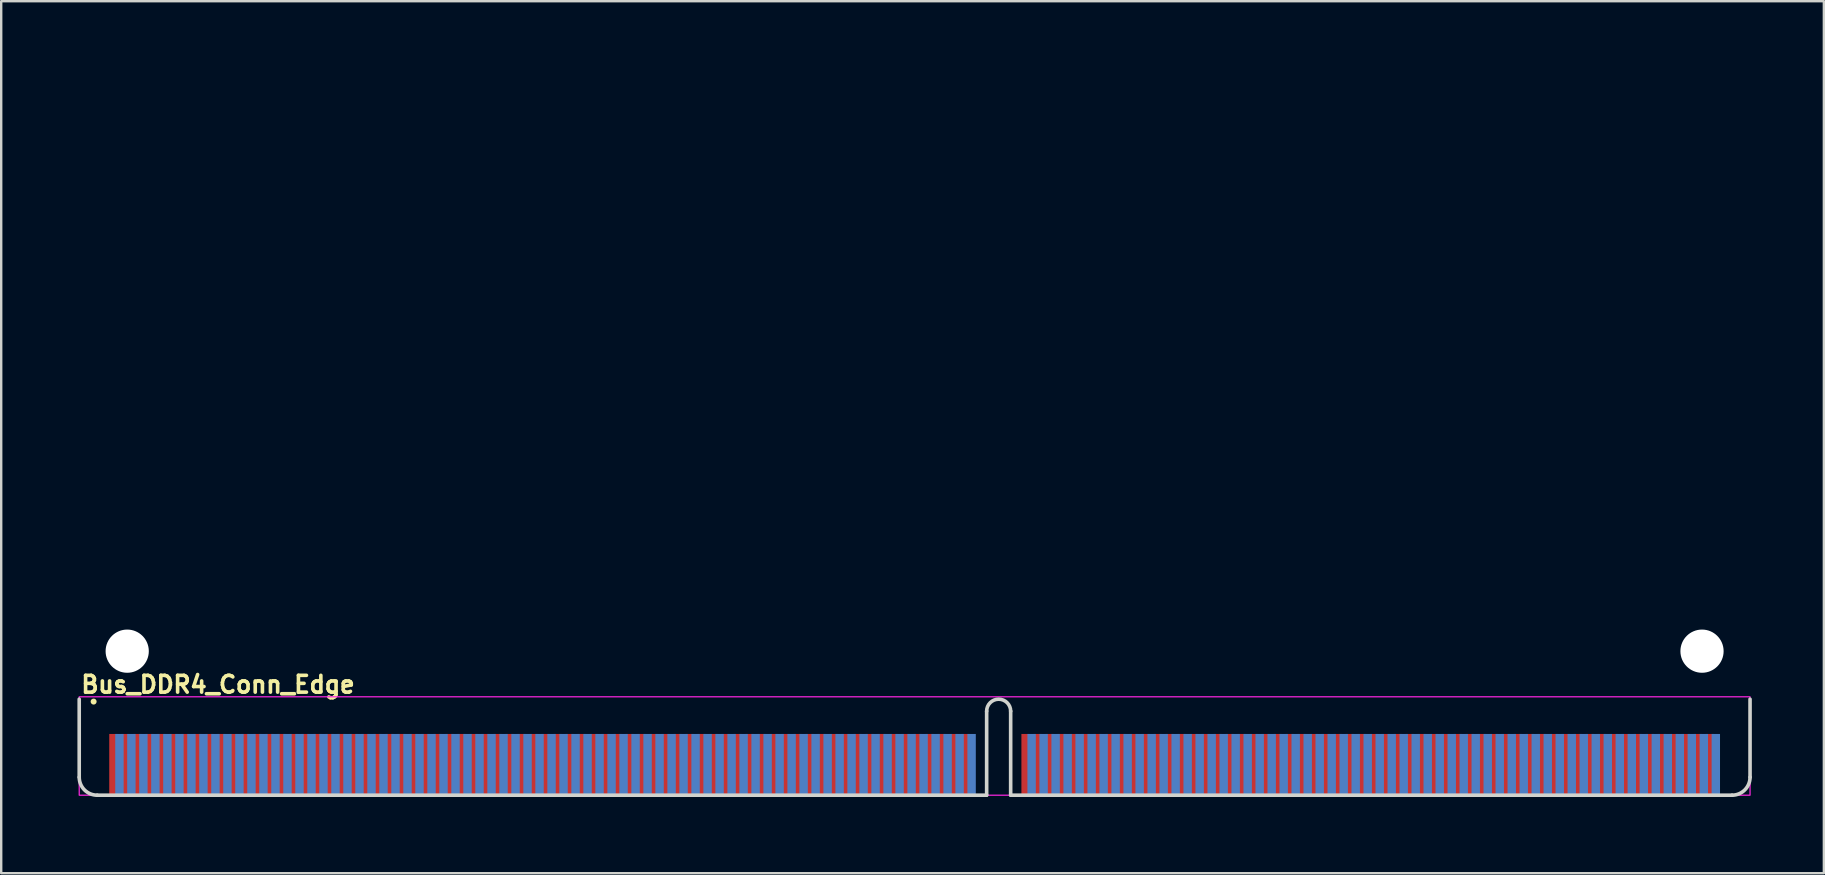
<source format=kicad_pcb>
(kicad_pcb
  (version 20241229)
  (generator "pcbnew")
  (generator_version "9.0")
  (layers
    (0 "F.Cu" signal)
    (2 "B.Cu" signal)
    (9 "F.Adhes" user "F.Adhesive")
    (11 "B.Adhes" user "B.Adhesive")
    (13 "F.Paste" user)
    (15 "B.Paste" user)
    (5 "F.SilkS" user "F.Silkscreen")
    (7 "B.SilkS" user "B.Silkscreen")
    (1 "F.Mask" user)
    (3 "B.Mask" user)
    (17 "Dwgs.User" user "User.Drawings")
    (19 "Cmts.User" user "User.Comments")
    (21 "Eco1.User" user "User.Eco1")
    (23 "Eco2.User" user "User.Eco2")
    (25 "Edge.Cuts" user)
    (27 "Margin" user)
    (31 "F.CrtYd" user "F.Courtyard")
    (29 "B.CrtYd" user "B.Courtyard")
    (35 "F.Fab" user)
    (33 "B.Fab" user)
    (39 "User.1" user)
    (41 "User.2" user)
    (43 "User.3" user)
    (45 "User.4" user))
  (footprint "Bus_DDR4_Conn_Edge"
    (layer "F.Cu")
    (at 0.25 30.075)
    (property "Reference" "Bus_DDR4_Conn_Edge" (at 0 -4.2 0) (layer "F.SilkS") (effects (font (size 0.7 0.7) (thickness 0.15)) (justify left bottom)))
    (attr exclude_from_pos_files exclude_from_bom)
    (fp_circle (center 0.6 -3.9) (end 0.65 -3.9) (stroke (width 0.15) (type solid)) (fill yes) (layer "F.SilkS"))
    (fp_line (start 0 -0.75) (end 0 -4) (stroke (width 0.15) (type solid)) (layer "Edge.Cuts"))
    (fp_line (start 0.75 0) (end 37.8 0) (stroke (width 0.15) (type solid)) (layer "Edge.Cuts"))
    (fp_line (start 37.8 0) (end 37.8 -3.5) (stroke (width 0.15) (type solid)) (layer "Edge.Cuts"))
    (fp_line (start 38.8 0) (end 38.8 -3.5) (stroke (width 0.15) (type solid)) (layer "Edge.Cuts"))
    (fp_line (start 38.8 0) (end 68.85 0) (stroke (width 0.15) (type solid)) (layer "Edge.Cuts"))
    (fp_line (start 69.6 -0.75) (end 69.6 -4) (stroke (width 0.15) (type solid)) (layer "Edge.Cuts"))
    (fp_arc (start 0.75 0) (mid 0.21967 -0.21967) (end 0 -0.75) (stroke (width 0.15) (type solid)) (layer "Edge.Cuts"))
    (fp_arc (start 37.8 -3.5) (mid 38.3 -4) (end 38.8 -3.5) (stroke (width 0.15) (type solid)) (layer "Edge.Cuts"))
    (fp_arc (start 69.6 -0.75) (mid 69.38033 -0.21967) (end 68.85 0) (stroke (width 0.15) (type solid)) (layer "Edge.Cuts"))
    (fp_rect (start 0 -4.1) (end 69.6 0) (stroke (width 0.05) (type solid)) (fill no) (layer "F.CrtYd"))
    (fp_rect (start 0 -30) (end 69.599 0) (stroke (width 0.15) (type solid)) (fill no) (layer "User.5"))
    (fp_line (start 0 -22) (end 0 -29.25) (stroke (width 0.15) (type solid)) (layer "User.9"))
    (fp_line (start 0 -18) (end 1.1 -18) (stroke (width 0.15) (type solid)) (layer "User.9"))
    (fp_line (start 0 -0.75) (end 0 -18) (stroke (width 0.15) (type solid)) (layer "User.9"))
    (fp_line (start 0.749 -30) (end 35.299 -30) (stroke (width 0.15) (type solid)) (layer "User.9"))
    (fp_line (start 0.749 0) (end 37.799 0) (stroke (width 0.15) (type solid)) (layer "User.9"))
    (fp_line (start 1.1 -22) (end 0 -22) (stroke (width 0.15) (type solid)) (layer "User.9"))
    (fp_line (start 1.749 -18.65) (end 1.749 -21.351) (stroke (width 0.15) (type solid)) (layer "User.9"))
    (fp_line (start 35.299 -25) (end 35.299 -30) (stroke (width 0.15) (type solid)) (layer "User.9"))
    (fp_line (start 37.799 0) (end 37.799 -3.5) (stroke (width 0.15) (type solid)) (layer "User.9"))
    (fp_line (start 38.799 0) (end 38.799 -3.5) (stroke (width 0.15) (type solid)) (layer "User.9"))
    (fp_line (start 38.799 0) (end 68.849 0) (stroke (width 0.15) (type solid)) (layer "User.9"))
    (fp_line (start 41.299 -30) (end 68.851 -30) (stroke (width 0.15) (type solid)) (layer "User.9"))
    (fp_line (start 41.299 -25) (end 41.299 -30) (stroke (width 0.15) (type solid)) (layer "User.9"))
    (fp_line (start 67.849 -18.65) (end 67.849 -21.351) (stroke (width 0.15) (type solid)) (layer "User.9"))
    (fp_line (start 68.499 -18) (end 69.599 -18) (stroke (width 0.15) (type solid)) (layer "User.9"))
    (fp_line (start 69.599 -22) (end 68.499 -22) (stroke (width 0.15) (type solid)) (layer "User.9"))
    (fp_line (start 69.599 -22) (end 69.6 -29.25) (stroke (width 0.15) (type solid)) (layer "User.9"))
    (fp_line (start 69.599 -0.75) (end 69.599 -18) (stroke (width 0.15) (type solid)) (layer "User.9"))
    (fp_arc (start 0 -29.25) (mid 0.219 -29.781) (end 0.749 -30) (stroke (width 0.15) (type solid)) (layer "User.9"))
    (fp_arc (start 0.749 0) (mid 0.219 -0.22) (end 0 -0.75) (stroke (width 0.15) (type solid)) (layer "User.9"))
    (fp_arc (start 1.1 -22) (mid 1.559 -21.81) (end 1.749 -21.351) (stroke (width 0.15) (type solid)) (layer "User.9"))
    (fp_arc (start 1.749 -18.65) (mid 1.559 -18.191) (end 1.1 -18) (stroke (width 0.15) (type solid)) (layer "User.9"))
    (fp_arc (start 37.799 -3.5) (mid 38.299 -4) (end 38.799 -3.5) (stroke (width 0.15) (type solid)) (layer "User.9"))
    (fp_arc (start 41.299 -25) (mid 38.299 -22) (end 35.299 -25) (stroke (width 0.15) (type solid)) (layer "User.9"))
    (fp_arc (start 67.849 -21.351) (mid 68.04 -21.81) (end 68.499 -22) (stroke (width 0.15) (type solid)) (layer "User.9"))
    (fp_arc (start 68.499 -18) (mid 68.04 -18.191) (end 67.849 -18.65) (stroke (width 0.15) (type solid)) (layer "User.9"))
    (fp_arc (start 68.851 -30) (mid 69.38 -29.78) (end 69.6 -29.25) (stroke (width 0.15) (type solid)) (layer "User.9"))
    (fp_arc (start 69.599 -0.75) (mid 69.38 -0.22) (end 68.849 0) (stroke (width 0.15) (type solid)) (layer "User.9"))
    (pad "" np_thru_hole circle (at 1.999 -6) (size 1.8 1.8) (drill 1.8) (layers "*.Cu" "*.Mask"))
    (pad "" np_thru_hole circle (at 67.599 -6) (size 1.8 1.8) (drill 1.8) (layers "*.Cu" "*.Mask"))
    (pad "1" smd rect (at 1.425 -1.301) (size 0.35 2.5) (layers "F.Cu" "F.Mask"))
    (pad "2" smd rect (at 1.675 -1.301) (size 0.35 2.5) (layers "B.Cu" "B.Mask"))
    (pad "3" smd rect (at 1.925 -1.301) (size 0.35 2.5) (layers "F.Cu" "F.Mask"))
    (pad "4" smd rect (at 2.173 -1.301) (size 0.35 2.5) (layers "B.Cu" "B.Mask"))
    (pad "5" smd rect (at 2.423 -1.301) (size 0.35 2.5) (layers "F.Cu" "F.Mask"))
    (pad "6" smd rect (at 2.673 -1.301) (size 0.35 2.5) (layers "B.Cu" "B.Mask"))
    (pad "7" smd rect (at 2.923 -1.301) (size 0.35 2.5) (layers "F.Cu" "F.Mask"))
    (pad "8" smd rect (at 3.173 -1.301) (size 0.35 2.5) (layers "B.Cu" "B.Mask"))
    (pad "9" smd rect (at 3.423 -1.301) (size 0.35 2.5) (layers "F.Cu" "F.Mask"))
    (pad "10" smd rect (at 3.673 -1.301) (size 0.35 2.5) (layers "B.Cu" "B.Mask"))
    (pad "11" smd rect (at 3.923 -1.301) (size 0.35 2.5) (layers "F.Cu" "F.Mask"))
    (pad "12" smd rect (at 4.174 -1.301) (size 0.35 2.5) (layers "B.Cu" "B.Mask"))
    (pad "13" smd rect (at 4.424 -1.301) (size 0.35 2.5) (layers "F.Cu" "F.Mask"))
    (pad "14" smd rect (at 4.674 -1.301) (size 0.35 2.5) (layers "B.Cu" "B.Mask"))
    (pad "15" smd rect (at 4.924 -1.301) (size 0.35 2.5) (layers "F.Cu" "F.Mask"))
    (pad "16" smd rect (at 5.174 -1.301) (size 0.35 2.5) (layers "B.Cu" "B.Mask"))
    (pad "17" smd rect (at 5.424 -1.301) (size 0.35 2.5) (layers "F.Cu" "F.Mask"))
    (pad "18" smd rect (at 5.674 -1.301) (size 0.35 2.5) (layers "B.Cu" "B.Mask"))
    (pad "19" smd rect (at 5.924 -1.301) (size 0.35 2.5) (layers "F.Cu" "F.Mask"))
    (pad "20" smd rect (at 6.174 -1.301) (size 0.35 2.5) (layers "B.Cu" "B.Mask"))
    (pad "21" smd rect (at 6.424 -1.301) (size 0.35 2.5) (layers "F.Cu" "F.Mask"))
    (pad "22" smd rect (at 6.674 -1.301) (size 0.35 2.5) (layers "B.Cu" "B.Mask"))
    (pad "23" smd rect (at 6.924 -1.301) (size 0.35 2.5) (layers "F.Cu" "F.Mask"))
    (pad "24" smd rect (at 7.174 -1.301) (size 0.35 2.5) (layers "B.Cu" "B.Mask"))
    (pad "25" smd rect (at 7.424 -1.301) (size 0.35 2.5) (layers "F.Cu" "F.Mask"))
    (pad "26" smd rect (at 7.674 -1.301) (size 0.35 2.5) (layers "B.Cu" "B.Mask"))
    (pad "27" smd rect (at 7.924 -1.301) (size 0.35 2.5) (layers "F.Cu" "F.Mask"))
    (pad "28" smd rect (at 8.175 -1.301) (size 0.35 2.5) (layers "B.Cu" "B.Mask"))
    (pad "29" smd rect (at 8.425 -1.301) (size 0.35 2.5) (layers "F.Cu" "F.Mask"))
    (pad "30" smd rect (at 8.675 -1.301) (size 0.35 2.5) (layers "B.Cu" "B.Mask"))
    (pad "31" smd rect (at 8.925 -1.301) (size 0.35 2.5) (layers "F.Cu" "F.Mask"))
    (pad "32" smd rect (at 9.175 -1.301) (size 0.35 2.5) (layers "B.Cu" "B.Mask"))
    (pad "33" smd rect (at 9.425 -1.301) (size 0.35 2.5) (layers "F.Cu" "F.Mask"))
    (pad "34" smd rect (at 9.675 -1.301) (size 0.35 2.5) (layers "B.Cu" "B.Mask"))
    (pad "35" smd rect (at 9.925 -1.301) (size 0.35 2.5) (layers "F.Cu" "F.Mask"))
    (pad "36" smd rect (at 10.175 -1.301) (size 0.35 2.5) (layers "B.Cu" "B.Mask"))
    (pad "37" smd rect (at 10.425 -1.301) (size 0.35 2.5) (layers "F.Cu" "F.Mask"))
    (pad "38" smd rect (at 10.675 -1.301) (size 0.35 2.5) (layers "B.Cu" "B.Mask"))
    (pad "39" smd rect (at 10.925 -1.301) (size 0.35 2.5) (layers "F.Cu" "F.Mask"))
    (pad "40" smd rect (at 11.175 -1.301) (size 0.35 2.5) (layers "B.Cu" "B.Mask"))
    (pad "41" smd rect (at 11.425 -1.301) (size 0.35 2.5) (layers "F.Cu" "F.Mask"))
    (pad "42" smd rect (at 11.675 -1.301) (size 0.35 2.5) (layers "B.Cu" "B.Mask"))
    (pad "43" smd rect (at 11.925 -1.301) (size 0.35 2.5) (layers "F.Cu" "F.Mask"))
    (pad "44" smd rect (at 12.175 -1.301) (size 0.35 2.5) (layers "B.Cu" "B.Mask"))
    (pad "45" smd rect (at 12.425 -1.301) (size 0.35 2.5) (layers "F.Cu" "F.Mask"))
    (pad "46" smd rect (at 12.675 -1.301) (size 0.35 2.5) (layers "B.Cu" "B.Mask"))
    (pad "47" smd rect (at 12.925 -1.301) (size 0.35 2.5) (layers "F.Cu" "F.Mask"))
    (pad "48" smd rect (at 13.175 -1.301) (size 0.35 2.5) (layers "B.Cu" "B.Mask"))
    (pad "49" smd rect (at 13.425 -1.301) (size 0.35 2.5) (layers "F.Cu" "F.Mask"))
    (pad "50" smd rect (at 13.675 -1.301) (size 0.35 2.5) (layers "B.Cu" "B.Mask"))
    (pad "51" smd rect (at 13.925 -1.301) (size 0.35 2.5) (layers "F.Cu" "F.Mask"))
    (pad "52" smd rect (at 14.175 -1.301) (size 0.35 2.5) (layers "B.Cu" "B.Mask"))
    (pad "53" smd rect (at 14.425 -1.301) (size 0.35 2.5) (layers "F.Cu" "F.Mask"))
    (pad "54" smd rect (at 14.675 -1.301) (size 0.35 2.5) (layers "B.Cu" "B.Mask"))
    (pad "55" smd rect (at 14.925 -1.301) (size 0.35 2.5) (layers "F.Cu" "F.Mask"))
    (pad "56" smd rect (at 15.175 -1.301) (size 0.35 2.5) (layers "B.Cu" "B.Mask"))
    (pad "57" smd rect (at 15.425 -1.301) (size 0.35 2.5) (layers "F.Cu" "F.Mask"))
    (pad "58" smd rect (at 15.675 -1.301) (size 0.35 2.5) (layers "B.Cu" "B.Mask"))
    (pad "59" smd rect (at 15.925 -1.301) (size 0.35 2.5) (layers "F.Cu" "F.Mask"))
    (pad "60" smd rect (at 16.175 -1.301) (size 0.35 2.5) (layers "B.Cu" "B.Mask"))
    (pad "61" smd rect (at 16.425 -1.301) (size 0.35 2.5) (layers "F.Cu" "F.Mask"))
    (pad "62" smd rect (at 16.675 -1.301) (size 0.35 2.5) (layers "B.Cu" "B.Mask"))
    (pad "63" smd rect (at 16.925 -1.301) (size 0.35 2.5) (layers "F.Cu" "F.Mask"))
    (pad "64" smd rect (at 17.175 -1.301) (size 0.35 2.5) (layers "B.Cu" "B.Mask"))
    (pad "65" smd rect (at 17.425 -1.301) (size 0.35 2.5) (layers "F.Cu" "F.Mask"))
    (pad "66" smd rect (at 17.675 -1.301) (size 0.35 2.5) (layers "B.Cu" "B.Mask"))
    (pad "67" smd rect (at 17.925 -1.301) (size 0.35 2.5) (layers "F.Cu" "F.Mask"))
    (pad "68" smd rect (at 18.175 -1.301) (size 0.35 2.5) (layers "B.Cu" "B.Mask"))
    (pad "69" smd rect (at 18.425 -1.301) (size 0.35 2.5) (layers "F.Cu" "F.Mask"))
    (pad "70" smd rect (at 18.675 -1.301) (size 0.35 2.5) (layers "B.Cu" "B.Mask"))
    (pad "71" smd rect (at 18.925 -1.301) (size 0.35 2.5) (layers "F.Cu" "F.Mask"))
    (pad "72" smd rect (at 19.175 -1.301) (size 0.35 2.5) (layers "B.Cu" "B.Mask"))
    (pad "73" smd rect (at 19.425 -1.301) (size 0.35 2.5) (layers "F.Cu" "F.Mask"))
    (pad "74" smd rect (at 19.675 -1.301) (size 0.35 2.5) (layers "B.Cu" "B.Mask"))
    (pad "75" smd rect (at 19.925 -1.301) (size 0.35 2.5) (layers "F.Cu" "F.Mask"))
    (pad "76" smd rect (at 20.175 -1.301) (size 0.35 2.5) (layers "B.Cu" "B.Mask"))
    (pad "77" smd rect (at 20.425 -1.301) (size 0.35 2.5) (layers "F.Cu" "F.Mask"))
    (pad "78" smd rect (at 20.675 -1.301) (size 0.35 2.5) (layers "B.Cu" "B.Mask"))
    (pad "79" smd rect (at 20.925 -1.301) (size 0.35 2.5) (layers "F.Cu" "F.Mask"))
    (pad "80" smd rect (at 21.175 -1.301) (size 0.35 2.5) (layers "B.Cu" "B.Mask"))
    (pad "81" smd rect (at 21.425 -1.301) (size 0.35 2.5) (layers "F.Cu" "F.Mask"))
    (pad "82" smd rect (at 21.675 -1.301) (size 0.35 2.5) (layers "B.Cu" "B.Mask"))
    (pad "83" smd rect (at 21.925 -1.301) (size 0.35 2.5) (layers "F.Cu" "F.Mask"))
    (pad "84" smd rect (at 22.175 -1.301) (size 0.35 2.5) (layers "B.Cu" "B.Mask"))
    (pad "85" smd rect (at 22.425 -1.301) (size 0.35 2.5) (layers "F.Cu" "F.Mask"))
    (pad "86" smd rect (at 22.675 -1.301) (size 0.35 2.5) (layers "B.Cu" "B.Mask"))
    (pad "87" smd rect (at 22.925 -1.301) (size 0.35 2.5) (layers "F.Cu" "F.Mask"))
    (pad "88" smd rect (at 23.175 -1.301) (size 0.35 2.5) (layers "B.Cu" "B.Mask"))
    (pad "89" smd rect (at 23.425 -1.301) (size 0.35 2.5) (layers "F.Cu" "F.Mask"))
    (pad "90" smd rect (at 23.675 -1.301) (size 0.35 2.5) (layers "B.Cu" "B.Mask"))
    (pad "91" smd rect (at 23.925 -1.301) (size 0.35 2.5) (layers "F.Cu" "F.Mask"))
    (pad "92" smd rect (at 24.175 -1.301) (size 0.35 2.5) (layers "B.Cu" "B.Mask"))
    (pad "93" smd rect (at 24.425 -1.301) (size 0.35 2.5) (layers "F.Cu" "F.Mask"))
    (pad "94" smd rect (at 24.675 -1.301) (size 0.35 2.5) (layers "B.Cu" "B.Mask"))
    (pad "95" smd rect (at 24.925 -1.301) (size 0.35 2.5) (layers "F.Cu" "F.Mask"))
    (pad "96" smd rect (at 25.175 -1.301) (size 0.35 2.5) (layers "B.Cu" "B.Mask"))
    (pad "97" smd rect (at 25.425 -1.301) (size 0.35 2.5) (layers "F.Cu" "F.Mask"))
    (pad "98" smd rect (at 25.675 -1.301) (size 0.35 2.5) (layers "B.Cu" "B.Mask"))
    (pad "99" smd rect (at 25.925 -1.301) (size 0.35 2.5) (layers "F.Cu" "F.Mask"))
    (pad "100" smd rect (at 26.175 -1.301) (size 0.35 2.5) (layers "B.Cu" "B.Mask"))
    (pad "101" smd rect (at 26.425 -1.301) (size 0.35 2.5) (layers "F.Cu" "F.Mask"))
    (pad "102" smd rect (at 26.675 -1.301) (size 0.35 2.5) (layers "B.Cu" "B.Mask"))
    (pad "103" smd rect (at 26.925 -1.301) (size 0.35 2.5) (layers "F.Cu" "F.Mask"))
    (pad "104" smd rect (at 27.175 -1.301) (size 0.35 2.5) (layers "B.Cu" "B.Mask"))
    (pad "105" smd rect (at 27.425 -1.301) (size 0.35 2.5) (layers "F.Cu" "F.Mask"))
    (pad "106" smd rect (at 27.675 -1.301) (size 0.35 2.5) (layers "B.Cu" "B.Mask"))
    (pad "107" smd rect (at 27.925 -1.301) (size 0.35 2.5) (layers "F.Cu" "F.Mask"))
    (pad "108" smd rect (at 28.175 -1.301) (size 0.35 2.5) (layers "B.Cu" "B.Mask"))
    (pad "109" smd rect (at 28.425 -1.301) (size 0.35 2.5) (layers "F.Cu" "F.Mask"))
    (pad "110" smd rect (at 28.675 -1.301) (size 0.35 2.5) (layers "B.Cu" "B.Mask"))
    (pad "111" smd rect (at 28.925 -1.301) (size 0.35 2.5) (layers "F.Cu" "F.Mask"))
    (pad "112" smd rect (at 29.175 -1.301) (size 0.35 2.5) (layers "B.Cu" "B.Mask"))
    (pad "113" smd rect (at 29.425 -1.301) (size 0.35 2.5) (layers "F.Cu" "F.Mask"))
    (pad "114" smd rect (at 29.675 -1.301) (size 0.35 2.5) (layers "B.Cu" "B.Mask"))
    (pad "115" smd rect (at 29.925 -1.301) (size 0.35 2.5) (layers "F.Cu" "F.Mask"))
    (pad "116" smd rect (at 30.175 -1.301) (size 0.35 2.5) (layers "B.Cu" "B.Mask"))
    (pad "117" smd rect (at 30.425 -1.301) (size 0.35 2.5) (layers "F.Cu" "F.Mask"))
    (pad "118" smd rect (at 30.675 -1.301) (size 0.35 2.5) (layers "B.Cu" "B.Mask"))
    (pad "119" smd rect (at 30.925 -1.301) (size 0.35 2.5) (layers "F.Cu" "F.Mask"))
    (pad "120" smd rect (at 31.175 -1.301) (size 0.35 2.5) (layers "B.Cu" "B.Mask"))
    (pad "121" smd rect (at 31.425 -1.301) (size 0.35 2.5) (layers "F.Cu" "F.Mask"))
    (pad "122" smd rect (at 31.675 -1.301) (size 0.35 2.5) (layers "B.Cu" "B.Mask"))
    (pad "123" smd rect (at 31.925 -1.301) (size 0.35 2.5) (layers "F.Cu" "F.Mask"))
    (pad "124" smd rect (at 32.173 -1.301) (size 0.35 2.5) (layers "B.Cu" "B.Mask"))
    (pad "125" smd rect (at 32.423 -1.301) (size 0.35 2.5) (layers "F.Cu" "F.Mask"))
    (pad "126" smd rect (at 32.673 -1.301) (size 0.35 2.5) (layers "B.Cu" "B.Mask"))
    (pad "127" smd rect (at 32.923 -1.301) (size 0.35 2.5) (layers "F.Cu" "F.Mask"))
    (pad "128" smd rect (at 33.173 -1.301) (size 0.35 2.5) (layers "B.Cu" "B.Mask"))
    (pad "129" smd rect (at 33.423 -1.301) (size 0.35 2.5) (layers "F.Cu" "F.Mask"))
    (pad "130" smd rect (at 33.673 -1.301) (size 0.35 2.5) (layers "B.Cu" "B.Mask"))
    (pad "131" smd rect (at 33.923 -1.301) (size 0.35 2.5) (layers "F.Cu" "F.Mask"))
    (pad "132" smd rect (at 34.173 -1.301) (size 0.35 2.5) (layers "B.Cu" "B.Mask"))
    (pad "133" smd rect (at 34.423 -1.301) (size 0.35 2.5) (layers "F.Cu" "F.Mask"))
    (pad "134" smd rect (at 34.673 -1.301) (size 0.35 2.5) (layers "B.Cu" "B.Mask"))
    (pad "135" smd rect (at 34.923 -1.301) (size 0.35 2.5) (layers "F.Cu" "F.Mask"))
    (pad "136" smd rect (at 35.173 -1.301) (size 0.35 2.5) (layers "B.Cu" "B.Mask"))
    (pad "137" smd rect (at 35.423 -1.301) (size 0.35 2.5) (layers "F.Cu" "F.Mask"))
    (pad "138" smd rect (at 35.673 -1.301) (size 0.35 2.5) (layers "B.Cu" "B.Mask"))
    (pad "139" smd rect (at 35.923 -1.301) (size 0.35 2.5) (layers "F.Cu" "F.Mask"))
    (pad "140" smd rect (at 36.173 -1.301) (size 0.35 2.5) (layers "B.Cu" "B.Mask"))
    (pad "141" smd rect (at 36.423 -1.301) (size 0.35 2.5) (layers "F.Cu" "F.Mask"))
    (pad "142" smd rect (at 36.673 -1.301) (size 0.35 2.5) (layers "B.Cu" "B.Mask"))
    (pad "143" smd rect (at 36.923 -1.301) (size 0.35 2.5) (layers "F.Cu" "F.Mask"))
    (pad "144" smd rect (at 37.173 -1.301) (size 0.35 2.5) (layers "B.Cu" "B.Mask"))
    (pad "145" smd rect (at 39.423 -1.301) (size 0.35 2.5) (layers "F.Cu" "F.Mask"))
    (pad "146" smd rect (at 39.673 -1.301) (size 0.35 2.5) (layers "B.Cu" "B.Mask"))
    (pad "147" smd rect (at 39.923 -1.301) (size 0.35 2.5) (layers "F.Cu" "F.Mask"))
    (pad "148" smd rect (at 40.173 -1.301) (size 0.35 2.5) (layers "B.Cu" "B.Mask"))
    (pad "149" smd rect (at 40.423 -1.301) (size 0.35 2.5) (layers "F.Cu" "F.Mask"))
    (pad "150" smd rect (at 40.673 -1.301) (size 0.35 2.5) (layers "B.Cu" "B.Mask"))
    (pad "151" smd rect (at 40.923 -1.301) (size 0.35 2.5) (layers "F.Cu" "F.Mask"))
    (pad "152" smd rect (at 41.173 -1.301) (size 0.35 2.5) (layers "B.Cu" "B.Mask"))
    (pad "153" smd rect (at 41.423 -1.301) (size 0.35 2.5) (layers "F.Cu" "F.Mask"))
    (pad "154" smd rect (at 41.673 -1.301) (size 0.35 2.5) (layers "B.Cu" "B.Mask"))
    (pad "155" smd rect (at 41.923 -1.301) (size 0.35 2.5) (layers "F.Cu" "F.Mask"))
    (pad "156" smd rect (at 42.173 -1.301) (size 0.35 2.5) (layers "B.Cu" "B.Mask"))
    (pad "157" smd rect (at 42.423 -1.301) (size 0.35 2.5) (layers "F.Cu" "F.Mask"))
    (pad "158" smd rect (at 42.673 -1.301) (size 0.35 2.5) (layers "B.Cu" "B.Mask"))
    (pad "159" smd rect (at 42.923 -1.301) (size 0.35 2.5) (layers "F.Cu" "F.Mask"))
    (pad "160" smd rect (at 43.173 -1.301) (size 0.35 2.5) (layers "B.Cu" "B.Mask"))
    (pad "161" smd rect (at 43.423 -1.301) (size 0.35 2.5) (layers "F.Cu" "F.Mask"))
    (pad "162" smd rect (at 43.673 -1.301) (size 0.35 2.5) (layers "B.Cu" "B.Mask"))
    (pad "163" smd rect (at 43.923 -1.301) (size 0.35 2.5) (layers "F.Cu" "F.Mask"))
    (pad "164" smd rect (at 44.173 -1.301) (size 0.35 2.5) (layers "B.Cu" "B.Mask"))
    (pad "165" smd rect (at 44.423 -1.301) (size 0.35 2.5) (layers "F.Cu" "F.Mask"))
    (pad "166" smd rect (at 44.673 -1.301) (size 0.35 2.5) (layers "B.Cu" "B.Mask"))
    (pad "167" smd rect (at 44.923 -1.301) (size 0.35 2.5) (layers "F.Cu" "F.Mask"))
    (pad "168" smd rect (at 45.173 -1.301) (size 0.35 2.5) (layers "B.Cu" "B.Mask"))
    (pad "169" smd rect (at 45.423 -1.301) (size 0.35 2.5) (layers "F.Cu" "F.Mask"))
    (pad "170" smd rect (at 45.673 -1.301) (size 0.35 2.5) (layers "B.Cu" "B.Mask"))
    (pad "171" smd rect (at 45.923 -1.301) (size 0.35 2.5) (layers "F.Cu" "F.Mask"))
    (pad "172" smd rect (at 46.173 -1.301) (size 0.35 2.5) (layers "B.Cu" "B.Mask"))
    (pad "173" smd rect (at 46.423 -1.301) (size 0.35 2.5) (layers "F.Cu" "F.Mask"))
    (pad "174" smd rect (at 46.673 -1.301) (size 0.35 2.5) (layers "B.Cu" "B.Mask"))
    (pad "175" smd rect (at 46.923 -1.301) (size 0.35 2.5) (layers "F.Cu" "F.Mask"))
    (pad "176" smd rect (at 47.173 -1.301) (size 0.35 2.5) (layers "B.Cu" "B.Mask"))
    (pad "177" smd rect (at 47.423 -1.301) (size 0.35 2.5) (layers "F.Cu" "F.Mask"))
    (pad "178" smd rect (at 47.673 -1.301) (size 0.35 2.5) (layers "B.Cu" "B.Mask"))
    (pad "179" smd rect (at 47.923 -1.301) (size 0.35 2.5) (layers "F.Cu" "F.Mask"))
    (pad "180" smd rect (at 48.173 -1.301) (size 0.35 2.5) (layers "B.Cu" "B.Mask"))
    (pad "181" smd rect (at 48.423 -1.301) (size 0.35 2.5) (layers "F.Cu" "F.Mask"))
    (pad "182" smd rect (at 48.673 -1.301) (size 0.35 2.5) (layers "B.Cu" "B.Mask"))
    (pad "183" smd rect (at 48.923 -1.301) (size 0.35 2.5) (layers "F.Cu" "F.Mask"))
    (pad "184" smd rect (at 49.173 -1.301) (size 0.35 2.5) (layers "B.Cu" "B.Mask"))
    (pad "185" smd rect (at 49.423 -1.301) (size 0.35 2.5) (layers "F.Cu" "F.Mask"))
    (pad "186" smd rect (at 49.673 -1.301) (size 0.35 2.5) (layers "B.Cu" "B.Mask"))
    (pad "187" smd rect (at 49.923 -1.301) (size 0.35 2.5) (layers "F.Cu" "F.Mask"))
    (pad "188" smd rect (at 50.173 -1.301) (size 0.35 2.5) (layers "B.Cu" "B.Mask"))
    (pad "189" smd rect (at 50.423 -1.301) (size 0.35 2.5) (layers "F.Cu" "F.Mask"))
    (pad "190" smd rect (at 50.673 -1.301) (size 0.35 2.5) (layers "B.Cu" "B.Mask"))
    (pad "191" smd rect (at 50.923 -1.301) (size 0.35 2.5) (layers "F.Cu" "F.Mask"))
    (pad "192" smd rect (at 51.173 -1.301) (size 0.35 2.5) (layers "B.Cu" "B.Mask"))
    (pad "193" smd rect (at 51.423 -1.301) (size 0.35 2.5) (layers "F.Cu" "F.Mask"))
    (pad "194" smd rect (at 51.673 -1.301) (size 0.35 2.5) (layers "B.Cu" "B.Mask"))
    (pad "195" smd rect (at 51.923 -1.301) (size 0.35 2.5) (layers "F.Cu" "F.Mask"))
    (pad "196" smd rect (at 52.173 -1.301) (size 0.35 2.5) (layers "B.Cu" "B.Mask"))
    (pad "197" smd rect (at 52.423 -1.301) (size 0.35 2.5) (layers "F.Cu" "F.Mask"))
    (pad "198" smd rect (at 52.673 -1.301) (size 0.35 2.5) (layers "B.Cu" "B.Mask"))
    (pad "199" smd rect (at 52.923 -1.301) (size 0.35 2.5) (layers "F.Cu" "F.Mask"))
    (pad "200" smd rect (at 53.173 -1.301) (size 0.35 2.5) (layers "B.Cu" "B.Mask"))
    (pad "201" smd rect (at 53.423 -1.301) (size 0.35 2.5) (layers "F.Cu" "F.Mask"))
    (pad "202" smd rect (at 53.673 -1.301) (size 0.35 2.5) (layers "B.Cu" "B.Mask"))
    (pad "203" smd rect (at 53.923 -1.301) (size 0.35 2.5) (layers "F.Cu" "F.Mask"))
    (pad "204" smd rect (at 54.173 -1.301) (size 0.35 2.5) (layers "B.Cu" "B.Mask"))
    (pad "205" smd rect (at 54.423 -1.301) (size 0.35 2.5) (layers "F.Cu" "F.Mask"))
    (pad "206" smd rect (at 54.673 -1.301) (size 0.35 2.5) (layers "B.Cu" "B.Mask"))
    (pad "207" smd rect (at 54.923 -1.301) (size 0.35 2.5) (layers "F.Cu" "F.Mask"))
    (pad "208" smd rect (at 55.173 -1.301) (size 0.35 2.5) (layers "B.Cu" "B.Mask"))
    (pad "209" smd rect (at 55.423 -1.301) (size 0.35 2.5) (layers "F.Cu" "F.Mask"))
    (pad "210" smd rect (at 55.673 -1.301) (size 0.35 2.5) (layers "B.Cu" "B.Mask"))
    (pad "211" smd rect (at 55.923 -1.301) (size 0.35 2.5) (layers "F.Cu" "F.Mask"))
    (pad "212" smd rect (at 56.173 -1.301) (size 0.35 2.5) (layers "B.Cu" "B.Mask"))
    (pad "213" smd rect (at 56.423 -1.301) (size 0.35 2.5) (layers "F.Cu" "F.Mask"))
    (pad "214" smd rect (at 56.673 -1.301) (size 0.35 2.5) (layers "B.Cu" "B.Mask"))
    (pad "215" smd rect (at 56.923 -1.301) (size 0.35 2.5) (layers "F.Cu" "F.Mask"))
    (pad "216" smd rect (at 57.173 -1.301) (size 0.35 2.5) (layers "B.Cu" "B.Mask"))
    (pad "217" smd rect (at 57.423 -1.301) (size 0.35 2.5) (layers "F.Cu" "F.Mask"))
    (pad "218" smd rect (at 57.673 -1.301) (size 0.35 2.5) (layers "B.Cu" "B.Mask"))
    (pad "219" smd rect (at 57.923 -1.301) (size 0.35 2.5) (layers "F.Cu" "F.Mask"))
    (pad "220" smd rect (at 58.173 -1.301) (size 0.35 2.5) (layers "B.Cu" "B.Mask"))
    (pad "221" smd rect (at 58.423 -1.301) (size 0.35 2.5) (layers "F.Cu" "F.Mask"))
    (pad "222" smd rect (at 58.673 -1.301) (size 0.35 2.5) (layers "B.Cu" "B.Mask"))
    (pad "223" smd rect (at 58.923 -1.301) (size 0.35 2.5) (layers "F.Cu" "F.Mask"))
    (pad "224" smd rect (at 59.173 -1.301) (size 0.35 2.5) (layers "B.Cu" "B.Mask"))
    (pad "225" smd rect (at 59.423 -1.301) (size 0.35 2.5) (layers "F.Cu" "F.Mask"))
    (pad "226" smd rect (at 59.673 -1.301) (size 0.35 2.5) (layers "B.Cu" "B.Mask"))
    (pad "227" smd rect (at 59.923 -1.301) (size 0.35 2.5) (layers "F.Cu" "F.Mask"))
    (pad "228" smd rect (at 60.173 -1.301) (size 0.35 2.5) (layers "B.Cu" "B.Mask"))
    (pad "229" smd rect (at 60.423 -1.301) (size 0.35 2.5) (layers "F.Cu" "F.Mask"))
    (pad "230" smd rect (at 60.673 -1.301) (size 0.35 2.5) (layers "B.Cu" "B.Mask"))
    (pad "231" smd rect (at 60.923 -1.301) (size 0.35 2.5) (layers "F.Cu" "F.Mask"))
    (pad "232" smd rect (at 61.173 -1.301) (size 0.35 2.5) (layers "B.Cu" "B.Mask"))
    (pad "233" smd rect (at 61.423 -1.301) (size 0.35 2.5) (layers "F.Cu" "F.Mask"))
    (pad "234" smd rect (at 61.673 -1.301) (size 0.35 2.5) (layers "B.Cu" "B.Mask"))
    (pad "235" smd rect (at 61.923 -1.301) (size 0.35 2.5) (layers "F.Cu" "F.Mask"))
    (pad "236" smd rect (at 62.173 -1.301) (size 0.35 2.5) (layers "B.Cu" "B.Mask"))
    (pad "237" smd rect (at 62.423 -1.301) (size 0.35 2.5) (layers "F.Cu" "F.Mask"))
    (pad "238" smd rect (at 62.673 -1.301) (size 0.35 2.5) (layers "B.Cu" "B.Mask"))
    (pad "239" smd rect (at 62.923 -1.301) (size 0.35 2.5) (layers "F.Cu" "F.Mask"))
    (pad "240" smd rect (at 63.173 -1.301) (size 0.35 2.5) (layers "B.Cu" "B.Mask"))
    (pad "241" smd rect (at 63.423 -1.301) (size 0.35 2.5) (layers "F.Cu" "F.Mask"))
    (pad "242" smd rect (at 63.673 -1.301) (size 0.35 2.5) (layers "B.Cu" "B.Mask"))
    (pad "243" smd rect (at 63.923 -1.301) (size 0.35 2.5) (layers "F.Cu" "F.Mask"))
    (pad "244" smd rect (at 64.174 -1.301) (size 0.35 2.5) (layers "B.Cu" "B.Mask"))
    (pad "245" smd rect (at 64.424 -1.301) (size 0.35 2.5) (layers "F.Cu" "F.Mask"))
    (pad "246" smd rect (at 64.674 -1.301) (size 0.35 2.5) (layers "B.Cu" "B.Mask"))
    (pad "247" smd rect (at 64.924 -1.301) (size 0.35 2.5) (layers "F.Cu" "F.Mask"))
    (pad "248" smd rect (at 65.174 -1.301) (size 0.35 2.5) (layers "B.Cu" "B.Mask"))
    (pad "249" smd rect (at 65.424 -1.301) (size 0.35 2.5) (layers "F.Cu" "F.Mask"))
    (pad "250" smd rect (at 65.674 -1.301) (size 0.35 2.5) (layers "B.Cu" "B.Mask"))
    (pad "251" smd rect (at 65.924 -1.301) (size 0.35 2.5) (layers "F.Cu" "F.Mask"))
    (pad "252" smd rect (at 66.174 -1.301) (size 0.35 2.5) (layers "B.Cu" "B.Mask"))
    (pad "253" smd rect (at 66.424 -1.301) (size 0.35 2.5) (layers "F.Cu" "F.Mask"))
    (pad "254" smd rect (at 66.674 -1.301) (size 0.35 2.5) (layers "B.Cu" "B.Mask"))
    (pad "255" smd rect (at 66.924 -1.301) (size 0.35 2.5) (layers "F.Cu" "F.Mask"))
    (pad "256" smd rect (at 67.174 -1.301) (size 0.35 2.5) (layers "B.Cu" "B.Mask"))
    (pad "257" smd rect (at 67.424 -1.301) (size 0.35 2.5) (layers "F.Cu" "F.Mask"))
    (pad "258" smd rect (at 67.674 -1.301) (size 0.35 2.5) (layers "B.Cu" "B.Mask"))
    (pad "259" smd rect (at 67.924 -1.301) (size 0.35 2.5) (layers "F.Cu" "F.Mask"))
    (pad "260" smd rect (at 68.174 -1.301) (size 0.35 2.5) (layers "B.Cu" "B.Mask")))
  (gr_rect
    (start -3 -3)
    (end 72.925 33.325)
    (stroke (width 0.1) (type default))
    (fill no)
    (layer "Edge.Cuts")))
</source>
